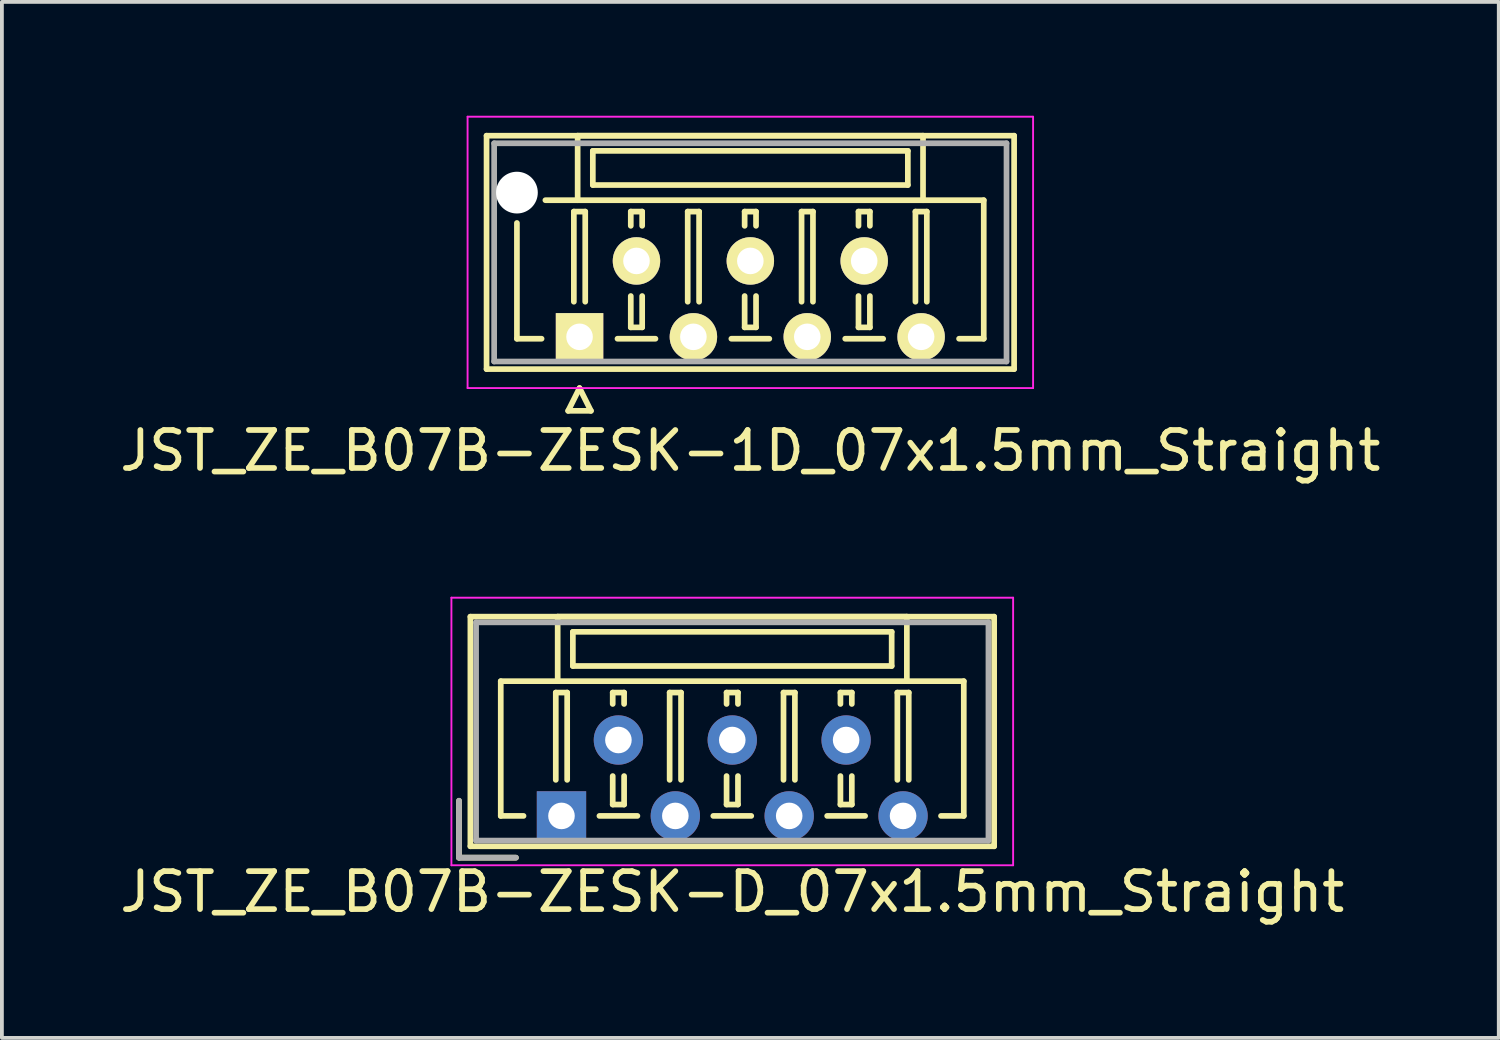
<source format=kicad_pcb>
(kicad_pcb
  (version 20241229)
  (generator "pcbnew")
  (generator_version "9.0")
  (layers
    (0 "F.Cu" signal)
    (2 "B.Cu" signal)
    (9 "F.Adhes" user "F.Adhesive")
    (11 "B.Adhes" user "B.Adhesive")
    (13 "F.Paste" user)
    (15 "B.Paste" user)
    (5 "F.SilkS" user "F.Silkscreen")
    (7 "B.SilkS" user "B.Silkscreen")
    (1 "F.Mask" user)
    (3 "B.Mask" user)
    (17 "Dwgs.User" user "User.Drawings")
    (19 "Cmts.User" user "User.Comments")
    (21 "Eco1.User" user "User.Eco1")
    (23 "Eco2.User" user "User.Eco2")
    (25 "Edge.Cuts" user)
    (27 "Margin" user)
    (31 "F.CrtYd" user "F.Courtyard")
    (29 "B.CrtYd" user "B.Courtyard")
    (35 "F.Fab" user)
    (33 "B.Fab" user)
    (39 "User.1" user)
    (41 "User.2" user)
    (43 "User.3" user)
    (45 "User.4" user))
  (footprint "JST_ZE_B07B-ZESK-1D_07x1.5mm_Straight"
    (layer "F.Cu")
    (at 12.22 5.825)
    (property "Reference" "JST_ZE_B07B-ZESK-1D_07x1.5mm_Straight" (at 4.5 3 0) (layer "F.SilkS") (effects (font (size 1 1) (thickness 0.15))))
    (attr through_hole)
    (fp_line (start -2.45 -5.3) (end -2.45 0.85) (stroke (width 0.15) (type solid)) (layer "F.SilkS"))
    (fp_line (start -2.45 0.85) (end 11.45 0.85) (stroke (width 0.15) (type solid)) (layer "F.SilkS"))
    (fp_line (start -1.65 -3) (end -1.65 0.05) (stroke (width 0.15) (type solid)) (layer "F.SilkS"))
    (fp_line (start -1.65 0.05) (end -1 0.05) (stroke (width 0.15) (type solid)) (layer "F.SilkS"))
    (fp_line (start -0.3 1.95) (end 0 1.35) (stroke (width 0.15) (type solid)) (layer "F.SilkS"))
    (fp_line (start -0.15 -3.3) (end 0.15 -3.3) (stroke (width 0.15) (type solid)) (layer "F.SilkS"))
    (fp_line (start -0.15 -0.925) (end -0.15 -3.3) (stroke (width 0.15) (type solid)) (layer "F.SilkS"))
    (fp_line (start -0.05 -5.3) (end -0.05 -3.6) (stroke (width 0.15) (type solid)) (layer "F.SilkS"))
    (fp_line (start -0.05 -3.6) (end -0.9 -3.6) (stroke (width 0.15) (type solid)) (layer "F.SilkS"))
    (fp_line (start -0.05 -3.6) (end 9.05 -3.6) (stroke (width 0.15) (type solid)) (layer "F.SilkS"))
    (fp_line (start 0 1.35) (end 0.3 1.95) (stroke (width 0.15) (type solid)) (layer "F.SilkS"))
    (fp_line (start 0.15 -3.3) (end 0.15 -0.925) (stroke (width 0.15) (type solid)) (layer "F.SilkS"))
    (fp_line (start 0.3 1.95) (end -0.3 1.95) (stroke (width 0.15) (type solid)) (layer "F.SilkS"))
    (fp_line (start 0.35 -4.9) (end 0.35 -4) (stroke (width 0.15) (type solid)) (layer "F.SilkS"))
    (fp_line (start 0.35 -4) (end 8.65 -4) (stroke (width 0.15) (type solid)) (layer "F.SilkS"))
    (fp_line (start 1 0.05) (end 2 0.05) (stroke (width 0.15) (type solid)) (layer "F.SilkS"))
    (fp_line (start 1.35 -3.3) (end 1.65 -3.3) (stroke (width 0.15) (type solid)) (layer "F.SilkS"))
    (fp_line (start 1.35 -2.925) (end 1.35 -3.3) (stroke (width 0.15) (type solid)) (layer "F.SilkS"))
    (fp_line (start 1.35 -1.075) (end 1.35 -0.25) (stroke (width 0.15) (type solid)) (layer "F.SilkS"))
    (fp_line (start 1.35 -0.25) (end 1.65 -0.25) (stroke (width 0.15) (type solid)) (layer "F.SilkS"))
    (fp_line (start 1.65 -3.3) (end 1.65 -2.925) (stroke (width 0.15) (type solid)) (layer "F.SilkS"))
    (fp_line (start 1.65 -0.25) (end 1.65 -1.075) (stroke (width 0.15) (type solid)) (layer "F.SilkS"))
    (fp_line (start 2.85 -3.3) (end 3.15 -3.3) (stroke (width 0.15) (type solid)) (layer "F.SilkS"))
    (fp_line (start 2.85 -0.925) (end 2.85 -3.3) (stroke (width 0.15) (type solid)) (layer "F.SilkS"))
    (fp_line (start 3.15 -3.3) (end 3.15 -0.925) (stroke (width 0.15) (type solid)) (layer "F.SilkS"))
    (fp_line (start 4 0.05) (end 5 0.05) (stroke (width 0.15) (type solid)) (layer "F.SilkS"))
    (fp_line (start 4.35 -3.3) (end 4.65 -3.3) (stroke (width 0.15) (type solid)) (layer "F.SilkS"))
    (fp_line (start 4.35 -2.925) (end 4.35 -3.3) (stroke (width 0.15) (type solid)) (layer "F.SilkS"))
    (fp_line (start 4.35 -1.075) (end 4.35 -0.25) (stroke (width 0.15) (type solid)) (layer "F.SilkS"))
    (fp_line (start 4.35 -0.25) (end 4.65 -0.25) (stroke (width 0.15) (type solid)) (layer "F.SilkS"))
    (fp_line (start 4.65 -3.3) (end 4.65 -2.925) (stroke (width 0.15) (type solid)) (layer "F.SilkS"))
    (fp_line (start 4.65 -0.25) (end 4.65 -1.075) (stroke (width 0.15) (type solid)) (layer "F.SilkS"))
    (fp_line (start 5.85 -3.3) (end 6.15 -3.3) (stroke (width 0.15) (type solid)) (layer "F.SilkS"))
    (fp_line (start 5.85 -0.925) (end 5.85 -3.3) (stroke (width 0.15) (type solid)) (layer "F.SilkS"))
    (fp_line (start 6.15 -3.3) (end 6.15 -0.925) (stroke (width 0.15) (type solid)) (layer "F.SilkS"))
    (fp_line (start 7 0.05) (end 8 0.05) (stroke (width 0.15) (type solid)) (layer "F.SilkS"))
    (fp_line (start 7.35 -3.3) (end 7.65 -3.3) (stroke (width 0.15) (type solid)) (layer "F.SilkS"))
    (fp_line (start 7.35 -2.925) (end 7.35 -3.3) (stroke (width 0.15) (type solid)) (layer "F.SilkS"))
    (fp_line (start 7.35 -1.075) (end 7.35 -0.25) (stroke (width 0.15) (type solid)) (layer "F.SilkS"))
    (fp_line (start 7.35 -0.25) (end 7.65 -0.25) (stroke (width 0.15) (type solid)) (layer "F.SilkS"))
    (fp_line (start 7.65 -3.3) (end 7.65 -2.925) (stroke (width 0.15) (type solid)) (layer "F.SilkS"))
    (fp_line (start 7.65 -0.25) (end 7.65 -1.075) (stroke (width 0.15) (type solid)) (layer "F.SilkS"))
    (fp_line (start 8.65 -4.9) (end 0.35 -4.9) (stroke (width 0.15) (type solid)) (layer "F.SilkS"))
    (fp_line (start 8.65 -4) (end 8.65 -4.9) (stroke (width 0.15) (type solid)) (layer "F.SilkS"))
    (fp_line (start 8.85 -3.3) (end 9.15 -3.3) (stroke (width 0.15) (type solid)) (layer "F.SilkS"))
    (fp_line (start 8.85 -0.925) (end 8.85 -3.3) (stroke (width 0.15) (type solid)) (layer "F.SilkS"))
    (fp_line (start 9.05 -5.3) (end -0.05 -5.3) (stroke (width 0.15) (type solid)) (layer "F.SilkS"))
    (fp_line (start 9.05 -3.6) (end 9.05 -5.3) (stroke (width 0.15) (type solid)) (layer "F.SilkS"))
    (fp_line (start 9.05 -3.6) (end 10.65 -3.6) (stroke (width 0.15) (type solid)) (layer "F.SilkS"))
    (fp_line (start 9.15 -3.3) (end 9.15 -0.925) (stroke (width 0.15) (type solid)) (layer "F.SilkS"))
    (fp_line (start 10.65 -3.6) (end 10.65 0.05) (stroke (width 0.15) (type solid)) (layer "F.SilkS"))
    (fp_line (start 10.65 0.05) (end 10 0.05) (stroke (width 0.15) (type solid)) (layer "F.SilkS"))
    (fp_line (start 11.45 -5.3) (end -2.45 -5.3) (stroke (width 0.15) (type solid)) (layer "F.SilkS"))
    (fp_line (start 11.45 0.85) (end 11.45 -5.3) (stroke (width 0.15) (type solid)) (layer "F.SilkS"))
    (fp_line (start -2.95 -5.8) (end -2.95 1.35) (stroke (width 0.05) (type solid)) (layer "F.CrtYd"))
    (fp_line (start -2.95 1.35) (end 11.95 1.35) (stroke (width 0.05) (type solid)) (layer "F.CrtYd"))
    (fp_line (start 11.95 -5.8) (end -2.95 -5.8) (stroke (width 0.05) (type solid)) (layer "F.CrtYd"))
    (fp_line (start 11.95 1.35) (end 11.95 -5.8) (stroke (width 0.05) (type solid)) (layer "F.CrtYd"))
    (fp_line (start -2.25 -5.1) (end -2.25 0.65) (stroke (width 0.15) (type solid)) (layer "F.Fab"))
    (fp_line (start -2.25 0.65) (end 11.25 0.65) (stroke (width 0.15) (type solid)) (layer "F.Fab"))
    (fp_line (start 11.25 -5.1) (end -2.25 -5.1) (stroke (width 0.15) (type solid)) (layer "F.Fab"))
    (fp_line (start 11.25 0.65) (end 11.25 -5.1) (stroke (width 0.15) (type solid)) (layer "F.Fab"))
    (pad "" np_thru_hole circle (at -1.65 -3.8) (size 1.1 1.1) (drill 1.1) (layers "*.Cu"))
    (pad "1" thru_hole rect (at 0 0) (size 1.25 1.25) (drill 0.7) (layers "*.Cu" "*.Mask" "F.SilkS"))
    (pad "2" thru_hole circle (at 1.5 -2) (size 1.25 1.25) (drill 0.7) (layers "*.Cu" "*.Mask" "F.SilkS"))
    (pad "3" thru_hole circle (at 3 0) (size 1.25 1.25) (drill 0.7) (layers "*.Cu" "*.Mask" "F.SilkS"))
    (pad "4" thru_hole circle (at 4.5 -2) (size 1.25 1.25) (drill 0.7) (layers "*.Cu" "*.Mask" "F.SilkS"))
    (pad "5" thru_hole circle (at 6 0) (size 1.25 1.25) (drill 0.7) (layers "*.Cu" "*.Mask" "F.SilkS"))
    (pad "6" thru_hole circle (at 7.5 -2) (size 1.25 1.25) (drill 0.7) (layers "*.Cu" "*.Mask" "F.SilkS"))
    (pad "7" thru_hole circle (at 9 0) (size 1.25 1.25) (drill 0.7) (layers "*.Cu" "*.Mask" "F.SilkS")))
  (footprint "JST_ZE_B07B-ZESK-D_07x1.5mm_Straight"
    (layer "F.Cu")
    (at 11.744 18.448)
    (property "Reference" "JST_ZE_B07B-ZESK-D_07x1.5mm_Straight" (at 4.5 2 0) (layer "F.SilkS") (effects (font (size 1 1) (thickness 0.15))))
    (attr through_hole)
    (fp_line (start -2.7 -0.4) (end -2.7 1.1) (stroke (width 0.15) (type solid)) (layer "F.SilkS"))
    (fp_line (start -2.7 1.1) (end -1.2 1.1) (stroke (width 0.15) (type solid)) (layer "F.SilkS"))
    (fp_line (start -2.4 -5.25) (end -2.4 0.8) (stroke (width 0.15) (type solid)) (layer "F.SilkS"))
    (fp_line (start -2.4 0.8) (end 11.4 0.8) (stroke (width 0.15) (type solid)) (layer "F.SilkS"))
    (fp_line (start -1.6 -3.55) (end -1.6 0) (stroke (width 0.15) (type solid)) (layer "F.SilkS"))
    (fp_line (start -1.6 0) (end -1 0) (stroke (width 0.15) (type solid)) (layer "F.SilkS"))
    (fp_line (start -0.15 -3.25) (end 0.15 -3.25) (stroke (width 0.15) (type solid)) (layer "F.SilkS"))
    (fp_line (start -0.15 -0.95) (end -0.15 -3.25) (stroke (width 0.15) (type solid)) (layer "F.SilkS"))
    (fp_line (start -0.1 -5.25) (end -0.1 -3.55) (stroke (width 0.15) (type solid)) (layer "F.SilkS"))
    (fp_line (start -0.1 -3.55) (end -1.6 -3.55) (stroke (width 0.15) (type solid)) (layer "F.SilkS"))
    (fp_line (start -0.1 -3.55) (end 9.1 -3.55) (stroke (width 0.15) (type solid)) (layer "F.SilkS"))
    (fp_line (start 0.15 -3.25) (end 0.15 -0.95) (stroke (width 0.15) (type solid)) (layer "F.SilkS"))
    (fp_line (start 0.3 -4.85) (end 0.3 -3.95) (stroke (width 0.15) (type solid)) (layer "F.SilkS"))
    (fp_line (start 0.3 -3.95) (end 8.7 -3.95) (stroke (width 0.15) (type solid)) (layer "F.SilkS"))
    (fp_line (start 1 0) (end 2 0) (stroke (width 0.15) (type solid)) (layer "F.SilkS"))
    (fp_line (start 1.35 -3.25) (end 1.65 -3.25) (stroke (width 0.15) (type solid)) (layer "F.SilkS"))
    (fp_line (start 1.35 -2.95) (end 1.35 -3.25) (stroke (width 0.15) (type solid)) (layer "F.SilkS"))
    (fp_line (start 1.35 -1.05) (end 1.35 -0.3) (stroke (width 0.15) (type solid)) (layer "F.SilkS"))
    (fp_line (start 1.35 -0.3) (end 1.65 -0.3) (stroke (width 0.15) (type solid)) (layer "F.SilkS"))
    (fp_line (start 1.65 -3.25) (end 1.65 -2.95) (stroke (width 0.15) (type solid)) (layer "F.SilkS"))
    (fp_line (start 1.65 -0.3) (end 1.65 -1.05) (stroke (width 0.15) (type solid)) (layer "F.SilkS"))
    (fp_line (start 2.85 -3.25) (end 3.15 -3.25) (stroke (width 0.15) (type solid)) (layer "F.SilkS"))
    (fp_line (start 2.85 -0.95) (end 2.85 -3.25) (stroke (width 0.15) (type solid)) (layer "F.SilkS"))
    (fp_line (start 3.15 -3.25) (end 3.15 -0.95) (stroke (width 0.15) (type solid)) (layer "F.SilkS"))
    (fp_line (start 4 0) (end 5 0) (stroke (width 0.15) (type solid)) (layer "F.SilkS"))
    (fp_line (start 4.35 -3.25) (end 4.65 -3.25) (stroke (width 0.15) (type solid)) (layer "F.SilkS"))
    (fp_line (start 4.35 -2.95) (end 4.35 -3.25) (stroke (width 0.15) (type solid)) (layer "F.SilkS"))
    (fp_line (start 4.35 -1.05) (end 4.35 -0.3) (stroke (width 0.15) (type solid)) (layer "F.SilkS"))
    (fp_line (start 4.35 -0.3) (end 4.65 -0.3) (stroke (width 0.15) (type solid)) (layer "F.SilkS"))
    (fp_line (start 4.65 -3.25) (end 4.65 -2.95) (stroke (width 0.15) (type solid)) (layer "F.SilkS"))
    (fp_line (start 4.65 -0.3) (end 4.65 -1.05) (stroke (width 0.15) (type solid)) (layer "F.SilkS"))
    (fp_line (start 5.85 -3.25) (end 6.15 -3.25) (stroke (width 0.15) (type solid)) (layer "F.SilkS"))
    (fp_line (start 5.85 -0.95) (end 5.85 -3.25) (stroke (width 0.15) (type solid)) (layer "F.SilkS"))
    (fp_line (start 6.15 -3.25) (end 6.15 -0.95) (stroke (width 0.15) (type solid)) (layer "F.SilkS"))
    (fp_line (start 7 0) (end 8 0) (stroke (width 0.15) (type solid)) (layer "F.SilkS"))
    (fp_line (start 7.35 -3.25) (end 7.65 -3.25) (stroke (width 0.15) (type solid)) (layer "F.SilkS"))
    (fp_line (start 7.35 -2.95) (end 7.35 -3.25) (stroke (width 0.15) (type solid)) (layer "F.SilkS"))
    (fp_line (start 7.35 -1.05) (end 7.35 -0.3) (stroke (width 0.15) (type solid)) (layer "F.SilkS"))
    (fp_line (start 7.35 -0.3) (end 7.65 -0.3) (stroke (width 0.15) (type solid)) (layer "F.SilkS"))
    (fp_line (start 7.65 -3.25) (end 7.65 -2.95) (stroke (width 0.15) (type solid)) (layer "F.SilkS"))
    (fp_line (start 7.65 -0.3) (end 7.65 -1.05) (stroke (width 0.15) (type solid)) (layer "F.SilkS"))
    (fp_line (start 8.7 -4.85) (end 0.3 -4.85) (stroke (width 0.15) (type solid)) (layer "F.SilkS"))
    (fp_line (start 8.7 -3.95) (end 8.7 -4.85) (stroke (width 0.15) (type solid)) (layer "F.SilkS"))
    (fp_line (start 8.85 -3.25) (end 9.15 -3.25) (stroke (width 0.15) (type solid)) (layer "F.SilkS"))
    (fp_line (start 8.85 -0.95) (end 8.85 -3.25) (stroke (width 0.15) (type solid)) (layer "F.SilkS"))
    (fp_line (start 9.1 -5.25) (end -0.1 -5.25) (stroke (width 0.15) (type solid)) (layer "F.SilkS"))
    (fp_line (start 9.1 -3.55) (end 9.1 -5.25) (stroke (width 0.15) (type solid)) (layer "F.SilkS"))
    (fp_line (start 9.1 -3.55) (end 10.6 -3.55) (stroke (width 0.15) (type solid)) (layer "F.SilkS"))
    (fp_line (start 9.15 -3.25) (end 9.15 -0.95) (stroke (width 0.15) (type solid)) (layer "F.SilkS"))
    (fp_line (start 10.6 -3.55) (end 10.6 0) (stroke (width 0.15) (type solid)) (layer "F.SilkS"))
    (fp_line (start 10.6 0) (end 10 0) (stroke (width 0.15) (type solid)) (layer "F.SilkS"))
    (fp_line (start 11.4 -5.25) (end -2.4 -5.25) (stroke (width 0.15) (type solid)) (layer "F.SilkS"))
    (fp_line (start 11.4 0.8) (end 11.4 -5.25) (stroke (width 0.15) (type solid)) (layer "F.SilkS"))
    (fp_line (start -2.9 -5.75) (end -2.9 1.3) (stroke (width 0.05) (type solid)) (layer "F.CrtYd"))
    (fp_line (start -2.9 1.3) (end 11.9 1.3) (stroke (width 0.05) (type solid)) (layer "F.CrtYd"))
    (fp_line (start 11.9 -5.75) (end -2.9 -5.75) (stroke (width 0.05) (type solid)) (layer "F.CrtYd"))
    (fp_line (start 11.9 1.3) (end 11.9 -5.75) (stroke (width 0.05) (type solid)) (layer "F.CrtYd"))
    (fp_line (start -2.7 -0.4) (end -2.7 1.1) (stroke (width 0.15) (type solid)) (layer "F.Fab"))
    (fp_line (start -2.7 1.1) (end -1.2 1.1) (stroke (width 0.15) (type solid)) (layer "F.Fab"))
    (fp_line (start -2.25 -5.1) (end -2.25 0.65) (stroke (width 0.15) (type solid)) (layer "F.Fab"))
    (fp_line (start -2.25 0.65) (end 11.25 0.65) (stroke (width 0.15) (type solid)) (layer "F.Fab"))
    (fp_line (start 11.25 -5.1) (end -2.25 -5.1) (stroke (width 0.15) (type solid)) (layer "F.Fab"))
    (fp_line (start 11.25 0.65) (end 11.25 -5.1) (stroke (width 0.15) (type solid)) (layer "F.Fab"))
    (pad "1" thru_hole rect (at 0 0) (size 1.3 1.3) (drill 0.7) (layers "*.Cu" "*.Mask"))
    (pad "2" thru_hole circle (at 1.5 -2) (size 1.3 1.3) (drill 0.7) (layers "*.Cu" "*.Mask"))
    (pad "3" thru_hole circle (at 3 0) (size 1.3 1.3) (drill 0.7) (layers "*.Cu" "*.Mask"))
    (pad "4" thru_hole circle (at 4.5 -2) (size 1.3 1.3) (drill 0.7) (layers "*.Cu" "*.Mask"))
    (pad "5" thru_hole circle (at 6 0) (size 1.3 1.3) (drill 0.7) (layers "*.Cu" "*.Mask"))
    (pad "6" thru_hole circle (at 7.5 -2) (size 1.3 1.3) (drill 0.7) (layers "*.Cu" "*.Mask"))
    (pad "7" thru_hole circle (at 9 0) (size 1.3 1.3) (drill 0.7) (layers "*.Cu" "*.Mask")))
  (gr_rect
    (start -3 -3)
    (end 36.44 24.297)
    (stroke (width 0.1) (type default))
    (fill no)
    (layer "Edge.Cuts")))
</source>
